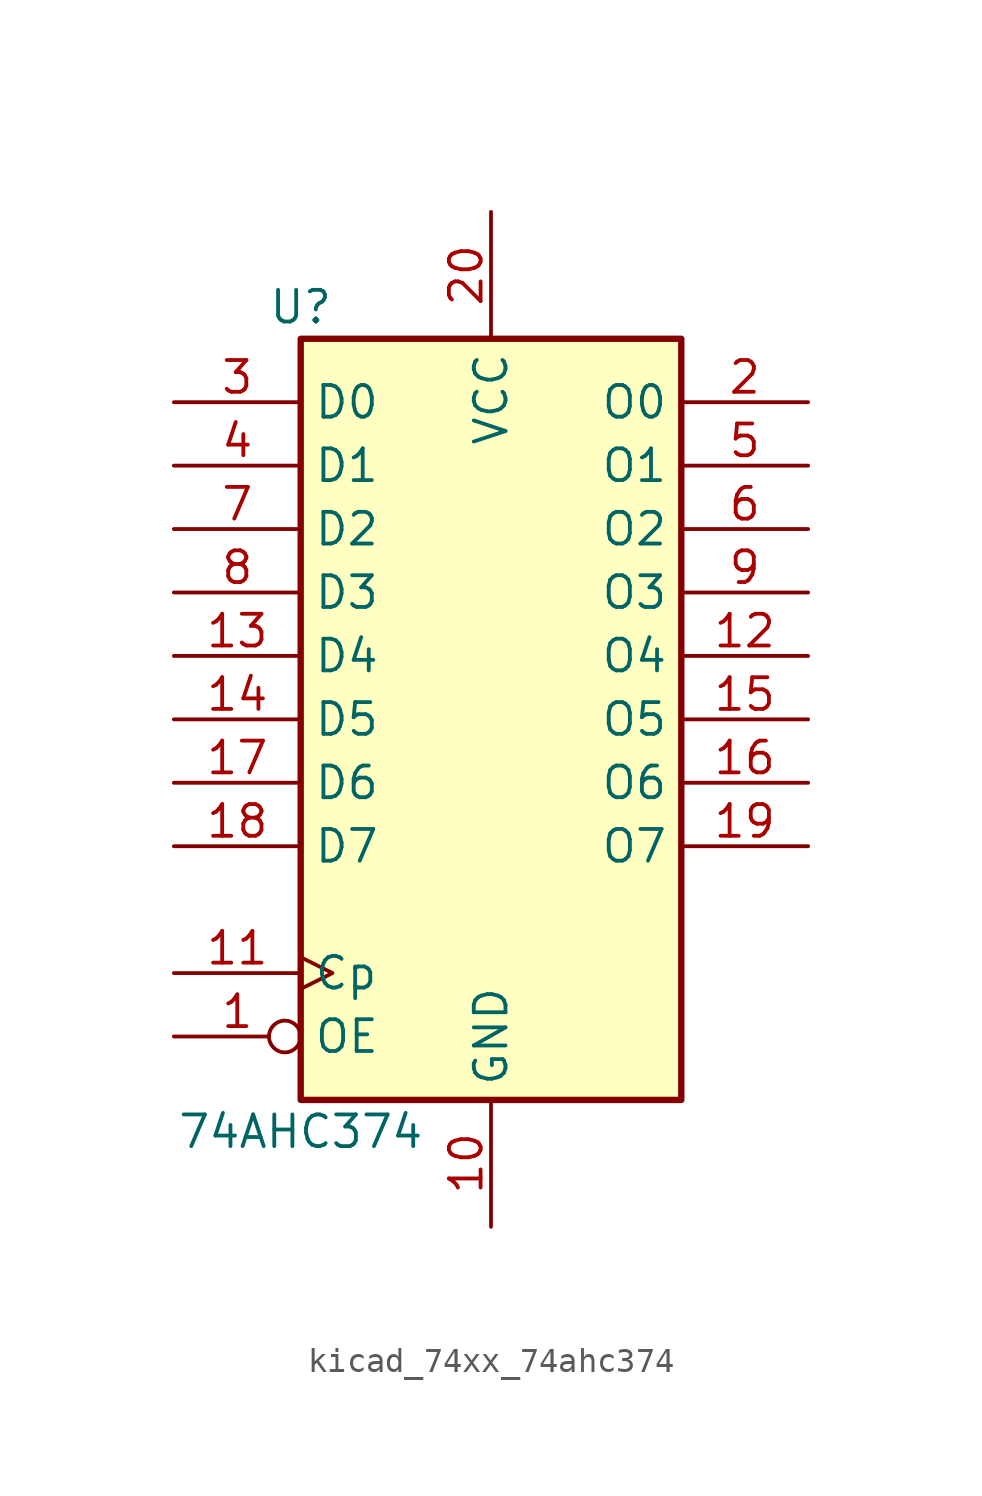
<source format=kicad_sym>
(kicad_symbol_lib
  (version 20220914)
  (generator kicad_symbol_editor)
  (symbol "kicad_74xx_74ahc374"
    (property "Reference" "U"
      (at -7.62 16.51 0)
      (effects (font (size 1.27 1.27))))
    (property "Value" "74AHC374"
      (at -7.62 -16.51 0)
      (effects (font (size 1.27 1.27))))
    (symbol "kicad_74xx_74ahc374_1_0"
      (pin input inverted (at -12.7 -12.7 0) (length 5.08) (name "OE" (effects (font (size 1.27 1.27)))) (number "1" (effects (font (size 1.27 1.27)))))
      (pin power_in line (at 0 -20.32 90) (length 5.08) (name "GND" (effects (font (size 1.27 1.27)))) (number "10" (effects (font (size 1.27 1.27)))))
      (pin input clock (at -12.7 -10.16 0) (length 5.08) (name "Cp" (effects (font (size 1.27 1.27)))) (number "11" (effects (font (size 1.27 1.27)))))
      (pin tri_state line (at 12.7 2.54 180) (length 5.08) (name "O4" (effects (font (size 1.27 1.27)))) (number "12" (effects (font (size 1.27 1.27)))))
      (pin input line (at -12.7 2.54 0) (length 5.08) (name "D4" (effects (font (size 1.27 1.27)))) (number "13" (effects (font (size 1.27 1.27)))))
      (pin input line (at -12.7 0 0) (length 5.08) (name "D5" (effects (font (size 1.27 1.27)))) (number "14" (effects (font (size 1.27 1.27)))))
      (pin tri_state line (at 12.7 0 180) (length 5.08) (name "O5" (effects (font (size 1.27 1.27)))) (number "15" (effects (font (size 1.27 1.27)))))
      (pin tri_state line (at 12.7 -2.54 180) (length 5.08) (name "O6" (effects (font (size 1.27 1.27)))) (number "16" (effects (font (size 1.27 1.27)))))
      (pin input line (at -12.7 -2.54 0) (length 5.08) (name "D6" (effects (font (size 1.27 1.27)))) (number "17" (effects (font (size 1.27 1.27)))))
      (pin input line (at -12.7 -5.08 0) (length 5.08) (name "D7" (effects (font (size 1.27 1.27)))) (number "18" (effects (font (size 1.27 1.27)))))
      (pin tri_state line (at 12.7 -5.08 180) (length 5.08) (name "O7" (effects (font (size 1.27 1.27)))) (number "19" (effects (font (size 1.27 1.27)))))
      (pin tri_state line (at 12.7 12.7 180) (length 5.08) (name "O0" (effects (font (size 1.27 1.27)))) (number "2" (effects (font (size 1.27 1.27)))))
      (pin power_in line (at 0 20.32 270) (length 5.08) (name "VCC" (effects (font (size 1.27 1.27)))) (number "20" (effects (font (size 1.27 1.27)))))
      (pin input line (at -12.7 12.7 0) (length 5.08) (name "D0" (effects (font (size 1.27 1.27)))) (number "3" (effects (font (size 1.27 1.27)))))
      (pin input line (at -12.7 10.16 0) (length 5.08) (name "D1" (effects (font (size 1.27 1.27)))) (number "4" (effects (font (size 1.27 1.27)))))
      (pin tri_state line (at 12.7 10.16 180) (length 5.08) (name "O1" (effects (font (size 1.27 1.27)))) (number "5" (effects (font (size 1.27 1.27)))))
      (pin tri_state line (at 12.7 7.62 180) (length 5.08) (name "O2" (effects (font (size 1.27 1.27)))) (number "6" (effects (font (size 1.27 1.27)))))
      (pin input line (at -12.7 7.62 0) (length 5.08) (name "D2" (effects (font (size 1.27 1.27)))) (number "7" (effects (font (size 1.27 1.27)))))
      (pin input line (at -12.7 5.08 0) (length 5.08) (name "D3" (effects (font (size 1.27 1.27)))) (number "8" (effects (font (size 1.27 1.27)))))
      (pin tri_state line (at 12.7 5.08 180) (length 5.08) (name "O3" (effects (font (size 1.27 1.27)))) (number "9" (effects (font (size 1.27 1.27))))))
    (symbol "kicad_74xx_74ahc374_1_1"
      (rectangle (start -7.62 15.24) (end 7.62 -15.24) (stroke (width 0.254) (type default)) (fill (type background))))))
</source>
